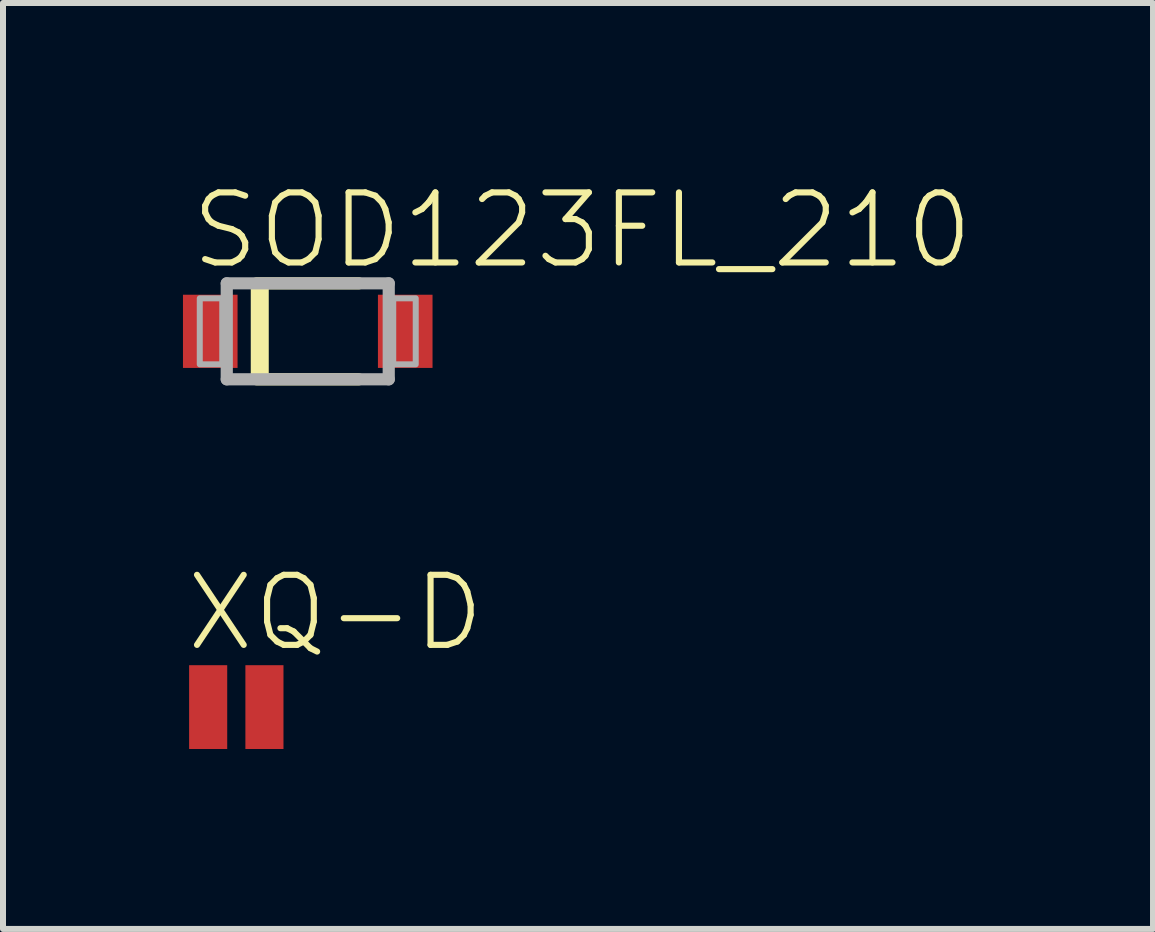
<source format=kicad_pcb>
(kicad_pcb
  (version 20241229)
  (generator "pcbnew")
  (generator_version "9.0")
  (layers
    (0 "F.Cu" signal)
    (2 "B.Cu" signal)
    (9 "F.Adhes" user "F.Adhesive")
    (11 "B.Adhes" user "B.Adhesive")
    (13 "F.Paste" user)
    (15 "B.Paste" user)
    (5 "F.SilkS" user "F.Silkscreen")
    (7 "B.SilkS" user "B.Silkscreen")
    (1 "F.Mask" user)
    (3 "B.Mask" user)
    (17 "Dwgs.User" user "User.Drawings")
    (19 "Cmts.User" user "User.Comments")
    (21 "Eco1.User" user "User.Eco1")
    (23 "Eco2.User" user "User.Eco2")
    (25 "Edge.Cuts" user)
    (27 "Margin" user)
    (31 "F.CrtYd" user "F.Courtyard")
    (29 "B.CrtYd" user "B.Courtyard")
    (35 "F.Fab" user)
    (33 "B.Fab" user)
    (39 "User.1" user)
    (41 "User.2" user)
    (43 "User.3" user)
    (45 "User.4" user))
  (footprint "SOD123FL_210"
    (layer "F.Cu")
    (at 2.08 2.473)
    (property "Reference" "SOD123FL_210" (at -2 -1 0) (unlocked yes) (layer "F.SilkS") (effects (font (size 1.168 1.168) (thickness 0.102)) (justify left bottom)))
    (fp_line (start -0.85 -0.8) (end 0.85 -0.8) (stroke (width 0.203) (type solid)) (layer "F.SilkS"))
    (fp_line (start 0.85 0.8) (end -0.85 0.8) (stroke (width 0.203) (type solid)) (layer "F.SilkS"))
    (fp_poly (pts (xy -0.95 0.775) (xy -0.65 0.775) (xy -0.65 -0.8) (xy -0.95 -0.8)) (stroke (width 0) (type default)) (fill yes) (layer "F.SilkS"))
    (fp_line (start -1.35 -0.8) (end 1.35 -0.8) (stroke (width 0.203) (type solid)) (layer "F.Fab"))
    (fp_line (start -1.35 0.8) (end -1.35 -0.8) (stroke (width 0.203) (type solid)) (layer "F.Fab"))
    (fp_line (start 1.35 -0.8) (end 1.35 0.8) (stroke (width 0.203) (type solid)) (layer "F.Fab"))
    (fp_line (start 1.35 0.8) (end -1.35 0.8) (stroke (width 0.203) (type solid)) (layer "F.Fab"))
    (fp_poly (pts (xy -1.8 0.55) (xy -1.425 0.55) (xy -1.425 -0.55) (xy -1.8 -0.55)) (stroke (width 0.1) (type default)) (fill no) (layer "F.Fab"))
    (fp_poly (pts (xy 1.8 -0.55) (xy 1.425 -0.55) (xy 1.425 0.55) (xy 1.8 0.55)) (stroke (width 0.1) (type default)) (fill no) (layer "F.Fab"))
    (pad "A" smd rect (at 1.625 0) (size 0.91 1.22) (layers "F.Cu" "F.Mask" "F.Paste"))
    (pad "C" smd rect (at -1.625 0 180) (size 0.91 1.22) (layers "F.Cu" "F.Mask" "F.Paste")))
  (footprint "XQ-D"
    (layer "F.Cu")
    (at 0.889 8.737)
    (property "Reference" "XQ-D" (at -0.889 -0.889 0) (unlocked yes) (layer "F.SilkS") (effects (font (size 1.168 1.168) (thickness 0.102)) (justify left bottom)))
    (pad "1" smd rect (at -0.469 0) (size 0.635 1.397) (layers "F.Cu" "F.Mask" "F.Paste"))
    (pad "2" smd rect (at 0.469 0) (size 0.635 1.397) (layers "F.Cu" "F.Mask" "F.Paste")))
  (gr_rect
    (start -3 -3)
    (end 16.17 12.435)
    (stroke (width 0.1) (type default))
    (fill no)
    (layer "Edge.Cuts")))
</source>
